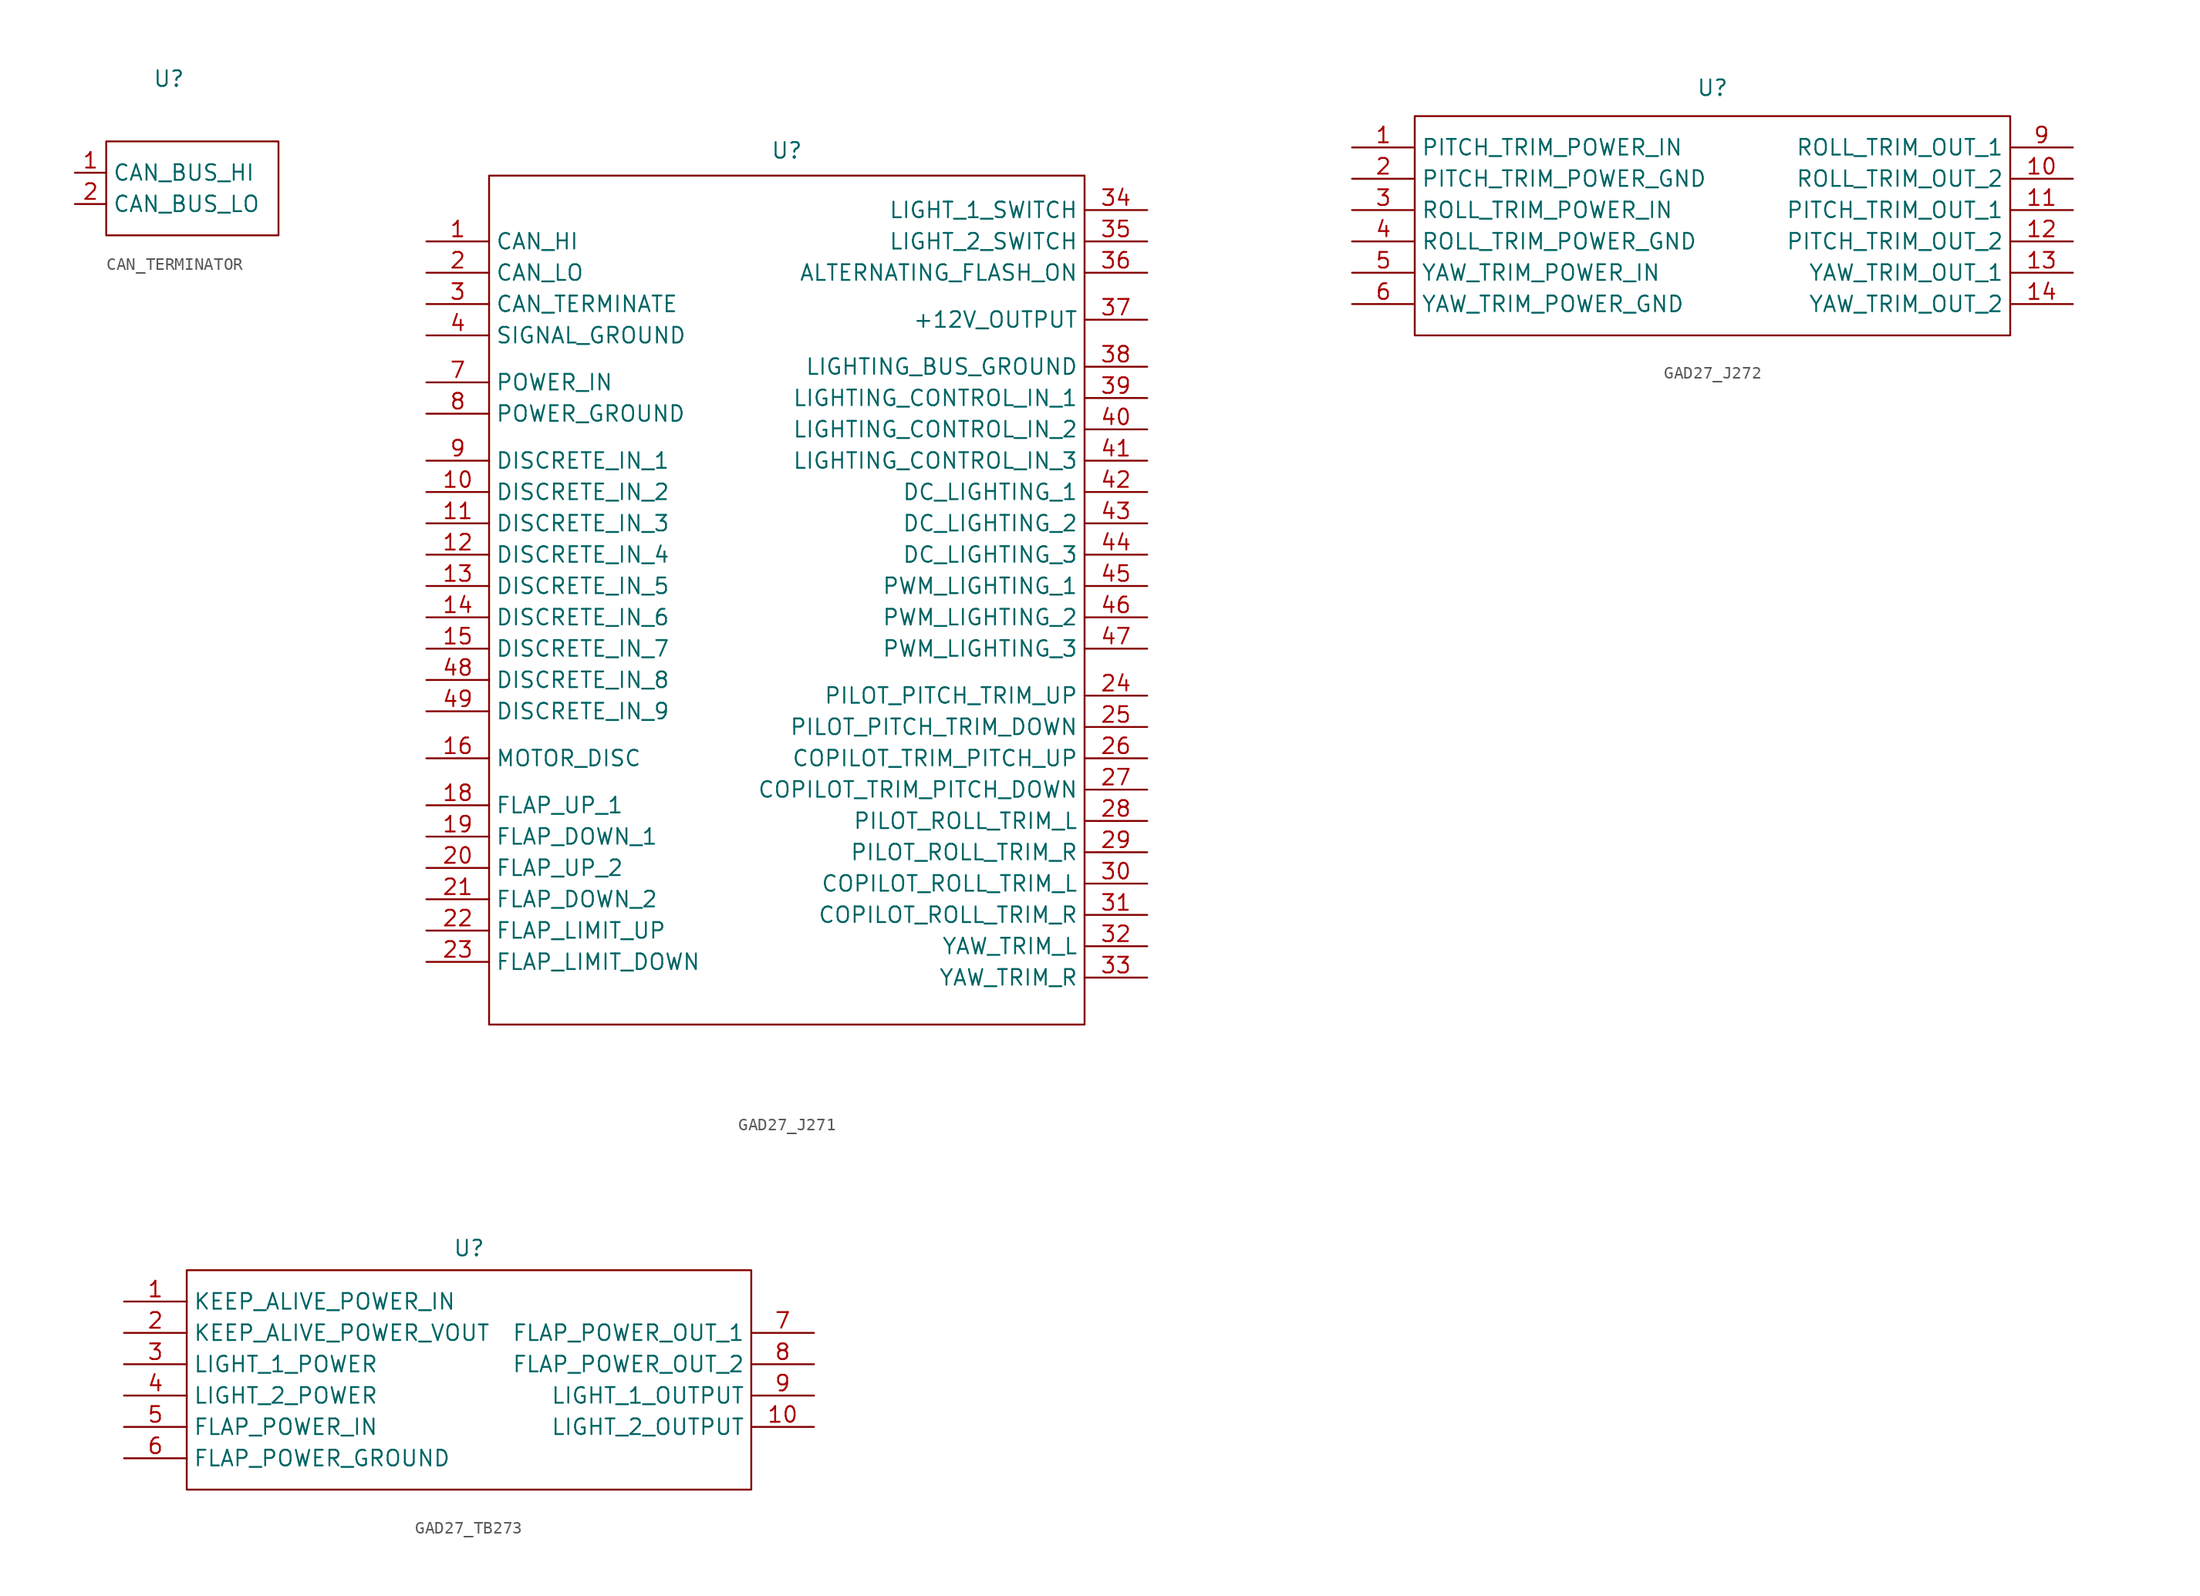
<source format=kicad_sym>
(kicad_symbol_lib
  (version 20241209)
  (generator "kicad_symbol_editor")
  (generator_version "9.0")
  (symbol "CAN_TERMINATOR"
    (property "Reference" "U"
      (at 0 2.54 0)
      (effects (font (size 1.27 1.27))))
    (property "Value" ""
      (at 0 0 0)
      (effects (font (size 1.27 1.27))))
    (symbol "CAN_TERMINATOR_0_1"
      (rectangle (start -5.08 -2.54) (end 8.89 -10.16) (stroke (width 0) (type default)) (fill (type none))))
    (symbol "CAN_TERMINATOR_1_0"
      (pin bidirectional line (at -7.62 -5.08 0) (length 2.54) (name "CAN_BUS_HI" (effects (font (size 1.27 1.27)))) (number "1" (effects (font (size 1.27 1.27)))))
      (pin bidirectional line (at -7.62 -7.62 0) (length 2.54) (name "CAN_BUS_LO" (effects (font (size 1.27 1.27)))) (number "2" (effects (font (size 1.27 1.27)))))))
  (symbol "GAD27_J271"
    (property "Reference" "U"
      (at 0 34.036 0)
      (effects (font (size 1.27 1.27))))
    (property "Value" ""
      (at -26.67 34.29 0)
      (effects (font (size 1.27 1.27))))
    (symbol "GAD27_J271_1_0"
      (pin bidirectional line (at -29.21 26.67 0) (length 5.08) (name "CAN_HI" (effects (font (size 1.27 1.27)))) (number "1" (effects (font (size 1.27 1.27)))))
      (pin bidirectional line (at -29.21 24.13 0) (length 5.08) (name "CAN_LO" (effects (font (size 1.27 1.27)))) (number "2" (effects (font (size 1.27 1.27)))))
      (pin unspecified line (at -29.21 21.59 0) (length 5.08) (name "CAN_TERMINATE" (effects (font (size 1.27 1.27)))) (number "3" (effects (font (size 1.27 1.27)))))
      (pin unspecified line (at -29.21 19.05 0) (length 5.08) (name "SIGNAL_GROUND" (effects (font (size 1.27 1.27)))) (number "4" (effects (font (size 1.27 1.27)))))
      (pin power_in line (at -29.21 15.24 0) (length 5.08) (name "POWER_IN" (effects (font (size 1.27 1.27)))) (number "7" (effects (font (size 1.27 1.27)))))
      (pin unspecified line (at -29.21 12.7 0) (length 5.08) (name "POWER_GROUND" (effects (font (size 1.27 1.27)))) (number "8" (effects (font (size 1.27 1.27)))))
      (pin input line (at -29.21 8.89 0) (length 5.08) (name "DISCRETE_IN_1" (effects (font (size 1.27 1.27)))) (number "9" (effects (font (size 1.27 1.27)))))
      (pin input line (at -29.21 6.35 0) (length 5.08) (name "DISCRETE_IN_2" (effects (font (size 1.27 1.27)))) (number "10" (effects (font (size 1.27 1.27)))))
      (pin input line (at -29.21 3.81 0) (length 5.08) (name "DISCRETE_IN_3" (effects (font (size 1.27 1.27)))) (number "11" (effects (font (size 1.27 1.27)))))
      (pin input line (at -29.21 1.27 0) (length 5.08) (name "DISCRETE_IN_4" (effects (font (size 1.27 1.27)))) (number "12" (effects (font (size 1.27 1.27)))))
      (pin input line (at -29.21 -1.27 0) (length 5.08) (name "DISCRETE_IN_5" (effects (font (size 1.27 1.27)))) (number "13" (effects (font (size 1.27 1.27)))))
      (pin input line (at -29.21 -3.81 0) (length 5.08) (name "DISCRETE_IN_6" (effects (font (size 1.27 1.27)))) (number "14" (effects (font (size 1.27 1.27)))))
      (pin input line (at -29.21 -6.35 0) (length 5.08) (name "DISCRETE_IN_7" (effects (font (size 1.27 1.27)))) (number "15" (effects (font (size 1.27 1.27)))))
      (pin input line (at -29.21 -8.89 0) (length 5.08) (name "DISCRETE_IN_8" (effects (font (size 1.27 1.27)))) (number "48" (effects (font (size 1.27 1.27)))))
      (pin input line (at -29.21 -11.43 0) (length 5.08) (name "DISCRETE_IN_9" (effects (font (size 1.27 1.27)))) (number "49" (effects (font (size 1.27 1.27)))))
      (pin input line (at -29.21 -15.24 0) (length 5.08) (name "MOTOR_DISC" (effects (font (size 1.27 1.27)))) (number "16" (effects (font (size 1.27 1.27)))))
      (pin input line (at -29.21 -19.05 0) (length 5.08) (name "FLAP_UP_1" (effects (font (size 1.27 1.27)))) (number "18" (effects (font (size 1.27 1.27)))))
      (pin input line (at -29.21 -21.59 0) (length 5.08) (name "FLAP_DOWN_1" (effects (font (size 1.27 1.27)))) (number "19" (effects (font (size 1.27 1.27)))))
      (pin input line (at -29.21 -24.13 0) (length 5.08) (name "FLAP_UP_2" (effects (font (size 1.27 1.27)))) (number "20" (effects (font (size 1.27 1.27)))))
      (pin input line (at -29.21 -26.67 0) (length 5.08) (name "FLAP_DOWN_2" (effects (font (size 1.27 1.27)))) (number "21" (effects (font (size 1.27 1.27)))))
      (pin input line (at -29.21 -29.21 0) (length 5.08) (name "FLAP_LIMIT_UP" (effects (font (size 1.27 1.27)))) (number "22" (effects (font (size 1.27 1.27)))))
      (pin input line (at -29.21 -31.75 0) (length 5.08) (name "FLAP_LIMIT_DOWN" (effects (font (size 1.27 1.27)))) (number "23" (effects (font (size 1.27 1.27)))))
      (pin input line (at 29.21 29.21 180) (length 5.08) (name "LIGHT_1_SWITCH" (effects (font (size 1.27 1.27)))) (number "34" (effects (font (size 1.27 1.27)))))
      (pin input line (at 29.21 26.67 180) (length 5.08) (name "LIGHT_2_SWITCH" (effects (font (size 1.27 1.27)))) (number "35" (effects (font (size 1.27 1.27)))))
      (pin input line (at 29.21 24.13 180) (length 5.08) (name "ALTERNATING_FLASH_ON" (effects (font (size 1.27 1.27)))) (number "36" (effects (font (size 1.27 1.27)))))
      (pin output line (at 29.21 20.32 180) (length 5.08) (name "+12V_OUTPUT" (effects (font (size 1.27 1.27)))) (number "37" (effects (font (size 1.27 1.27)))))
      (pin power_out line (at 29.21 16.51 180) (length 5.08) (name "LIGHTING_BUS_GROUND" (effects (font (size 1.27 1.27)))) (number "38" (effects (font (size 1.27 1.27)))))
      (pin input line (at 29.21 13.97 180) (length 5.08) (name "LIGHTING_CONTROL_IN_1" (effects (font (size 1.27 1.27)))) (number "39" (effects (font (size 1.27 1.27)))))
      (pin input line (at 29.21 11.43 180) (length 5.08) (name "LIGHTING_CONTROL_IN_2" (effects (font (size 1.27 1.27)))) (number "40" (effects (font (size 1.27 1.27)))))
      (pin input line (at 29.21 8.89 180) (length 5.08) (name "LIGHTING_CONTROL_IN_3" (effects (font (size 1.27 1.27)))) (number "41" (effects (font (size 1.27 1.27)))))
      (pin output line (at 29.21 6.35 180) (length 5.08) (name "DC_LIGHTING_1" (effects (font (size 1.27 1.27)))) (number "42" (effects (font (size 1.27 1.27)))))
      (pin output line (at 29.21 3.81 180) (length 5.08) (name "DC_LIGHTING_2" (effects (font (size 1.27 1.27)))) (number "43" (effects (font (size 1.27 1.27)))))
      (pin output line (at 29.21 1.27 180) (length 5.08) (name "DC_LIGHTING_3" (effects (font (size 1.27 1.27)))) (number "44" (effects (font (size 1.27 1.27)))))
      (pin output line (at 29.21 -1.27 180) (length 5.08) (name "PWM_LIGHTING_1" (effects (font (size 1.27 1.27)))) (number "45" (effects (font (size 1.27 1.27)))))
      (pin output line (at 29.21 -3.81 180) (length 5.08) (name "PWM_LIGHTING_2" (effects (font (size 1.27 1.27)))) (number "46" (effects (font (size 1.27 1.27)))))
      (pin output line (at 29.21 -6.35 180) (length 5.08) (name "PWM_LIGHTING_3" (effects (font (size 1.27 1.27)))) (number "47" (effects (font (size 1.27 1.27)))))
      (pin input line (at 29.21 -10.16 180) (length 5.08) (name "PILOT_PITCH_TRIM_UP" (effects (font (size 1.27 1.27)))) (number "24" (effects (font (size 1.27 1.27)))))
      (pin input line (at 29.21 -12.7 180) (length 5.08) (name "PILOT_PITCH_TRIM_DOWN" (effects (font (size 1.27 1.27)))) (number "25" (effects (font (size 1.27 1.27)))))
      (pin input line (at 29.21 -15.24 180) (length 5.08) (name "COPILOT_TRIM_PITCH_UP" (effects (font (size 1.27 1.27)))) (number "26" (effects (font (size 1.27 1.27)))))
      (pin input line (at 29.21 -17.78 180) (length 5.08) (name "COPILOT_TRIM_PITCH_DOWN" (effects (font (size 1.27 1.27)))) (number "27" (effects (font (size 1.27 1.27)))))
      (pin input line (at 29.21 -20.32 180) (length 5.08) (name "PILOT_ROLL_TRIM_L" (effects (font (size 1.27 1.27)))) (number "28" (effects (font (size 1.27 1.27)))))
      (pin input line (at 29.21 -22.86 180) (length 5.08) (name "PILOT_ROLL_TRIM_R" (effects (font (size 1.27 1.27)))) (number "29" (effects (font (size 1.27 1.27)))))
      (pin input line (at 29.21 -25.4 180) (length 5.08) (name "COPILOT_ROLL_TRIM_L" (effects (font (size 1.27 1.27)))) (number "30" (effects (font (size 1.27 1.27)))))
      (pin input line (at 29.21 -27.94 180) (length 5.08) (name "COPILOT_ROLL_TRIM_R" (effects (font (size 1.27 1.27)))) (number "31" (effects (font (size 1.27 1.27)))))
      (pin input line (at 29.21 -30.48 180) (length 5.08) (name "YAW_TRIM_L" (effects (font (size 1.27 1.27)))) (number "32" (effects (font (size 1.27 1.27)))))
      (pin input line (at 29.21 -33.02 180) (length 5.08) (name "YAW_TRIM_R" (effects (font (size 1.27 1.27)))) (number "33" (effects (font (size 1.27 1.27))))))
    (symbol "GAD27_J271_1_1"
      (rectangle (start -24.13 32.004) (end 24.13 -36.83) (stroke (width 0) (type default)) (fill (type none)))))
  (symbol "GAD27_J272"
    (property "Reference" "U"
      (at 0 11.176 0)
      (effects (font (size 1.27 1.27))))
    (property "Value" ""
      (at -26.67 11.43 0)
      (effects (font (size 1.27 1.27))))
    (symbol "GAD27_J272_1_0"
      (pin power_in line (at -29.21 6.35 0) (length 5.08) (name "PITCH_TRIM_POWER_IN" (effects (font (size 1.27 1.27)))) (number "1" (effects (font (size 1.27 1.27)))))
      (pin power_in line (at -29.21 3.81 0) (length 5.08) (name "PITCH_TRIM_POWER_GND" (effects (font (size 1.27 1.27)))) (number "2" (effects (font (size 1.27 1.27)))))
      (pin power_in line (at -29.21 1.27 0) (length 5.08) (name "ROLL_TRIM_POWER_IN" (effects (font (size 1.27 1.27)))) (number "3" (effects (font (size 1.27 1.27)))))
      (pin power_in line (at -29.21 -1.27 0) (length 5.08) (name "ROLL_TRIM_POWER_GND" (effects (font (size 1.27 1.27)))) (number "4" (effects (font (size 1.27 1.27)))))
      (pin power_in line (at -29.21 -3.81 0) (length 5.08) (name "YAW_TRIM_POWER_IN" (effects (font (size 1.27 1.27)))) (number "5" (effects (font (size 1.27 1.27)))))
      (pin power_in line (at -29.21 -6.35 0) (length 5.08) (name "YAW_TRIM_POWER_GND" (effects (font (size 1.27 1.27)))) (number "6" (effects (font (size 1.27 1.27)))))
      (pin power_out line (at 29.21 6.35 180) (length 5.08) (name "ROLL_TRIM_OUT_1" (effects (font (size 1.27 1.27)))) (number "9" (effects (font (size 1.27 1.27)))))
      (pin power_out line (at 29.21 3.81 180) (length 5.08) (name "ROLL_TRIM_OUT_2" (effects (font (size 1.27 1.27)))) (number "10" (effects (font (size 1.27 1.27)))))
      (pin power_out line (at 29.21 1.27 180) (length 5.08) (name "PITCH_TRIM_OUT_1" (effects (font (size 1.27 1.27)))) (number "11" (effects (font (size 1.27 1.27)))))
      (pin power_out line (at 29.21 -1.27 180) (length 5.08) (name "PITCH_TRIM_OUT_2" (effects (font (size 1.27 1.27)))) (number "12" (effects (font (size 1.27 1.27)))))
      (pin power_out line (at 29.21 -3.81 180) (length 5.08) (name "YAW_TRIM_OUT_1" (effects (font (size 1.27 1.27)))) (number "13" (effects (font (size 1.27 1.27)))))
      (pin power_out line (at 29.21 -6.35 180) (length 5.08) (name "YAW_TRIM_OUT_2" (effects (font (size 1.27 1.27)))) (number "14" (effects (font (size 1.27 1.27))))))
    (symbol "GAD27_J272_1_1"
      (rectangle (start -24.13 8.89) (end 24.13 -8.89) (stroke (width 0) (type default)) (fill (type none)))))
  (symbol "GAD27_TB273"
    (property "Reference" "U"
      (at 0 11.938 0)
      (effects (font (size 1.27 1.27))))
    (property "Value" ""
      (at -27.94 13.97 0)
      (effects (font (size 1.27 1.27))))
    (symbol "GAD27_TB273_1_0"
      (pin power_in line (at -27.94 7.62 0) (length 5.08) (name "KEEP_ALIVE_POWER_IN" (effects (font (size 1.27 1.27)))) (number "1" (effects (font (size 1.27 1.27)))))
      (pin power_out line (at -27.94 5.08 0) (length 5.08) (name "KEEP_ALIVE_POWER_VOUT" (effects (font (size 1.27 1.27)))) (number "2" (effects (font (size 1.27 1.27)))))
      (pin power_in line (at -27.94 2.54 0) (length 5.08) (name "LIGHT_1_POWER" (effects (font (size 1.27 1.27)))) (number "3" (effects (font (size 1.27 1.27)))))
      (pin power_in line (at -27.94 0 0) (length 5.08) (name "LIGHT_2_POWER" (effects (font (size 1.27 1.27)))) (number "4" (effects (font (size 1.27 1.27)))))
      (pin power_in line (at -27.94 -2.54 0) (length 5.08) (name "FLAP_POWER_IN" (effects (font (size 1.27 1.27)))) (number "5" (effects (font (size 1.27 1.27)))))
      (pin unspecified line (at -27.94 -5.08 0) (length 5.08) (name "FLAP_POWER_GROUND" (effects (font (size 1.27 1.27)))) (number "6" (effects (font (size 1.27 1.27)))))
      (pin power_out line (at 27.94 5.08 180) (length 5.08) (name "FLAP_POWER_OUT_1" (effects (font (size 1.27 1.27)))) (number "7" (effects (font (size 1.27 1.27)))))
      (pin power_out line (at 27.94 2.54 180) (length 5.08) (name "FLAP_POWER_OUT_2" (effects (font (size 1.27 1.27)))) (number "8" (effects (font (size 1.27 1.27)))))
      (pin power_out line (at 27.94 0 180) (length 5.08) (name "LIGHT_1_OUTPUT" (effects (font (size 1.27 1.27)))) (number "9" (effects (font (size 1.27 1.27)))))
      (pin power_out line (at 27.94 -2.54 180) (length 5.08) (name "LIGHT_2_OUTPUT" (effects (font (size 1.27 1.27)))) (number "10" (effects (font (size 1.27 1.27))))))
    (symbol "GAD27_TB273_1_1"
      (rectangle (start -22.86 10.16) (end 22.86 -7.62) (stroke (width 0) (type default)) (fill (type none))))))
</source>
